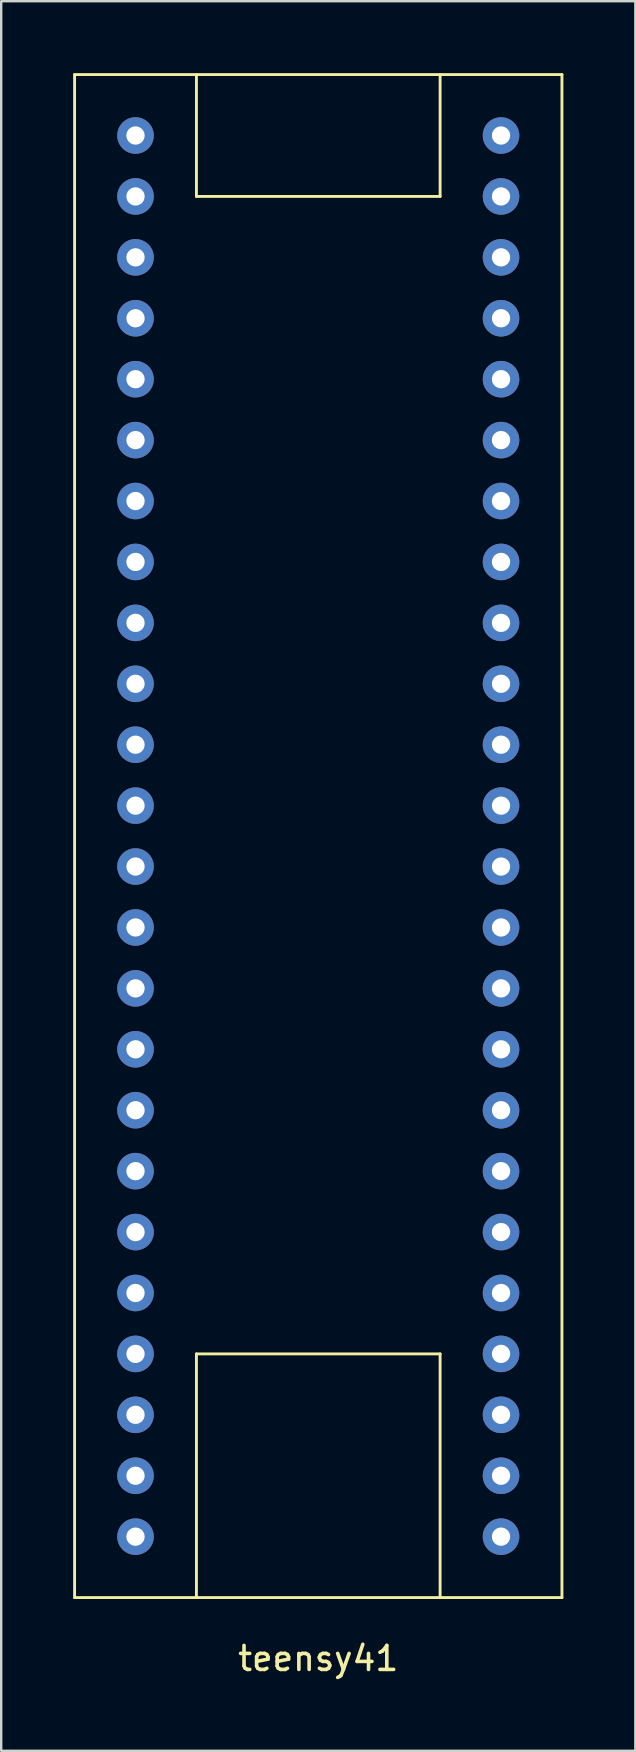
<source format=kicad_pcb>
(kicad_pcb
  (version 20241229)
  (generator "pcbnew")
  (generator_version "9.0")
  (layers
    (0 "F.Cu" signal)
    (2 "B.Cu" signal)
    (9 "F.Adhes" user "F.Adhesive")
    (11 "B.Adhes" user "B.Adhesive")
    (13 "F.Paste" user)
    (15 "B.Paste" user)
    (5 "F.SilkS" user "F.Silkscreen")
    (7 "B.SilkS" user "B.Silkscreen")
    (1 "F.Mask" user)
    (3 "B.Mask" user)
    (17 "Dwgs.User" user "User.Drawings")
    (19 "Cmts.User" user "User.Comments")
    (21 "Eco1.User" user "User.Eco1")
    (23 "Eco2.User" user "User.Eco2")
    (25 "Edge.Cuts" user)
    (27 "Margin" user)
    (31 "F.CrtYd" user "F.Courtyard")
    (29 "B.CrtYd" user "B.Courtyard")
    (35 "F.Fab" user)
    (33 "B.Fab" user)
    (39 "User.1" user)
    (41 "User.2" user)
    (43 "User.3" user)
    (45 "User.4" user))
  (footprint "teensy41"
    (layer "F.Cu")
    (at 10.22 28)
    (property "Reference" "teensy41" (at 0 38.1 0) (layer "F.SilkS") (effects (font (size 1 1) (thickness 0.15))))
    (attr through_hole)
    (fp_line (start -10.16 35.56) (end -10.16 -27.94) (stroke (width 0.12) (type solid)) (layer "F.SilkS"))
    (fp_line (start -10.16 35.56) (end 10.16 35.56) (stroke (width 0.12) (type solid)) (layer "F.SilkS"))
    (fp_line (start -5.08 -27.94) (end -5.08 -22.86) (stroke (width 0.12) (type solid)) (layer "F.SilkS"))
    (fp_line (start -5.08 -22.86) (end 5.08 -22.86) (stroke (width 0.12) (type solid)) (layer "F.SilkS"))
    (fp_line (start -5.08 25.4) (end 5.08 25.4) (stroke (width 0.12) (type solid)) (layer "F.SilkS"))
    (fp_line (start -5.08 35.56) (end -5.08 25.4) (stroke (width 0.12) (type solid)) (layer "F.SilkS"))
    (fp_line (start 5.08 -22.86) (end 5.08 -27.94) (stroke (width 0.12) (type solid)) (layer "F.SilkS"))
    (fp_line (start 5.08 25.4) (end 5.08 35.56) (stroke (width 0.12) (type solid)) (layer "F.SilkS"))
    (fp_line (start 10.16 -27.94) (end -10.16 -27.94) (stroke (width 0.12) (type solid)) (layer "F.SilkS"))
    (fp_line (start 10.16 35.56) (end 10.16 -27.94) (stroke (width 0.12) (type solid)) (layer "F.SilkS"))
    (pad "0" thru_hole circle (at -7.62 -22.86) (size 1.524 1.524) (drill 0.762) (layers "*.Cu" "*.Mask"))
    (pad "1" thru_hole circle (at -7.62 -20.32) (size 1.524 1.524) (drill 0.762) (layers "*.Cu" "*.Mask"))
    (pad "2" thru_hole circle (at -7.62 -17.78) (size 1.524 1.524) (drill 0.762) (layers "*.Cu" "*.Mask"))
    (pad "3" thru_hole circle (at -7.62 -15.24) (size 1.524 1.524) (drill 0.762) (layers "*.Cu" "*.Mask"))
    (pad "4" thru_hole circle (at -7.62 -12.7) (size 1.524 1.524) (drill 0.762) (layers "*.Cu" "*.Mask"))
    (pad "5" thru_hole circle (at -7.62 -10.16) (size 1.524 1.524) (drill 0.762) (layers "*.Cu" "*.Mask"))
    (pad "6" thru_hole circle (at -7.62 -7.62) (size 1.524 1.524) (drill 0.762) (layers "*.Cu" "*.Mask"))
    (pad "7" thru_hole circle (at -7.62 -5.08) (size 1.524 1.524) (drill 0.762) (layers "*.Cu" "*.Mask"))
    (pad "8" thru_hole circle (at -7.62 -2.54) (size 1.524 1.524) (drill 0.762) (layers "*.Cu" "*.Mask"))
    (pad "9" thru_hole circle (at -7.62 0) (size 1.524 1.524) (drill 0.762) (layers "*.Cu" "*.Mask"))
    (pad "10" thru_hole circle (at -7.62 2.54) (size 1.524 1.524) (drill 0.762) (layers "*.Cu" "*.Mask"))
    (pad "11" thru_hole circle (at -7.62 5.08) (size 1.524 1.524) (drill 0.762) (layers "*.Cu" "*.Mask"))
    (pad "12" thru_hole circle (at -7.62 7.62) (size 1.524 1.524) (drill 0.762) (layers "*.Cu" "*.Mask"))
    (pad "13" thru_hole circle (at 7.62 7.62) (size 1.524 1.524) (drill 0.762) (layers "*.Cu" "*.Mask"))
    (pad "14" thru_hole circle (at 7.62 5.08) (size 1.524 1.524) (drill 0.762) (layers "*.Cu" "*.Mask"))
    (pad "15" thru_hole circle (at 7.62 2.54) (size 1.524 1.524) (drill 0.762) (layers "*.Cu" "*.Mask"))
    (pad "16" thru_hole circle (at 7.62 0) (size 1.524 1.524) (drill 0.762) (layers "*.Cu" "*.Mask"))
    (pad "17" thru_hole circle (at 7.62 -2.54) (size 1.524 1.524) (drill 0.762) (layers "*.Cu" "*.Mask"))
    (pad "18" thru_hole circle (at 7.62 -5.08) (size 1.524 1.524) (drill 0.762) (layers "*.Cu" "*.Mask"))
    (pad "19" thru_hole circle (at 7.62 -7.62) (size 1.524 1.524) (drill 0.762) (layers "*.Cu" "*.Mask"))
    (pad "20" thru_hole circle (at 7.62 -10.16) (size 1.524 1.524) (drill 0.762) (layers "*.Cu" "*.Mask"))
    (pad "21" thru_hole circle (at 7.62 -12.7) (size 1.524 1.524) (drill 0.762) (layers "*.Cu" "*.Mask"))
    (pad "22" thru_hole circle (at 7.62 -15.24) (size 1.524 1.524) (drill 0.762) (layers "*.Cu" "*.Mask"))
    (pad "23" thru_hole circle (at 7.62 -17.78) (size 1.524 1.524) (drill 0.762) (layers "*.Cu" "*.Mask"))
    (pad "24" thru_hole circle (at -7.62 12.7) (size 1.524 1.524) (drill 0.762) (layers "*.Cu" "*.Mask"))
    (pad "25" thru_hole circle (at -7.62 15.24) (size 1.524 1.524) (drill 0.762) (layers "*.Cu" "*.Mask"))
    (pad "26" thru_hole circle (at -7.62 17.78) (size 1.524 1.524) (drill 0.762) (layers "*.Cu" "*.Mask"))
    (pad "27" thru_hole circle (at -7.62 20.32) (size 1.524 1.524) (drill 0.762) (layers "*.Cu" "*.Mask"))
    (pad "28" thru_hole circle (at -7.62 22.86) (size 1.524 1.524) (drill 0.762) (layers "*.Cu" "*.Mask"))
    (pad "29" thru_hole circle (at -7.62 25.4) (size 1.524 1.524) (drill 0.762) (layers "*.Cu" "*.Mask"))
    (pad "30" thru_hole circle (at -7.62 27.94) (size 1.524 1.524) (drill 0.762) (layers "*.Cu" "*.Mask"))
    (pad "31" thru_hole circle (at -7.62 30.48) (size 1.524 1.524) (drill 0.762) (layers "*.Cu" "*.Mask"))
    (pad "32" thru_hole circle (at -7.62 33.02) (size 1.524 1.524) (drill 0.762) (layers "*.Cu" "*.Mask"))
    (pad "33" thru_hole circle (at 7.62 33.02) (size 1.524 1.524) (drill 0.762) (layers "*.Cu" "*.Mask"))
    (pad "34" thru_hole circle (at 7.62 30.48) (size 1.524 1.524) (drill 0.762) (layers "*.Cu" "*.Mask"))
    (pad "35" thru_hole circle (at 7.62 27.94) (size 1.524 1.524) (drill 0.762) (layers "*.Cu" "*.Mask"))
    (pad "36" thru_hole circle (at 7.62 25.4) (size 1.524 1.524) (drill 0.762) (layers "*.Cu" "*.Mask"))
    (pad "37" thru_hole circle (at 7.62 22.86) (size 1.524 1.524) (drill 0.762) (layers "*.Cu" "*.Mask"))
    (pad "38" thru_hole circle (at 7.62 20.32) (size 1.524 1.524) (drill 0.762) (layers "*.Cu" "*.Mask"))
    (pad "39" thru_hole circle (at 7.62 17.78) (size 1.524 1.524) (drill 0.762) (layers "*.Cu" "*.Mask"))
    (pad "40" thru_hole circle (at 7.62 15.24) (size 1.524 1.524) (drill 0.762) (layers "*.Cu" "*.Mask"))
    (pad "41" thru_hole circle (at 7.62 12.7) (size 1.524 1.524) (drill 0.762) (layers "*.Cu" "*.Mask"))
    (pad "M1" thru_hole circle (at -7.62 -25.4) (size 1.524 1.524) (drill 0.762) (layers "*.Cu" "*.Mask"))
    (pad "M2" thru_hole circle (at -7.62 10.16) (size 1.524 1.524) (drill 0.762) (layers "*.Cu" "*.Mask"))
    (pad "M3" thru_hole circle (at 7.62 10.16) (size 1.524 1.524) (drill 0.762) (layers "*.Cu" "*.Mask"))
    (pad "M4" thru_hole circle (at 7.62 -20.32) (size 1.524 1.524) (drill 0.762) (layers "*.Cu" "*.Mask"))
    (pad "M5" thru_hole circle (at 7.62 -22.86) (size 1.524 1.524) (drill 0.762) (layers "*.Cu" "*.Mask"))
    (pad "M6" thru_hole circle (at 7.62 -25.4) (size 1.524 1.524) (drill 0.762) (layers "*.Cu" "*.Mask")))
  (gr_rect
    (start -3 -3)
    (end 23.44 69.948)
    (stroke (width 0.1) (type default))
    (fill no)
    (layer "Edge.Cuts")))
</source>
